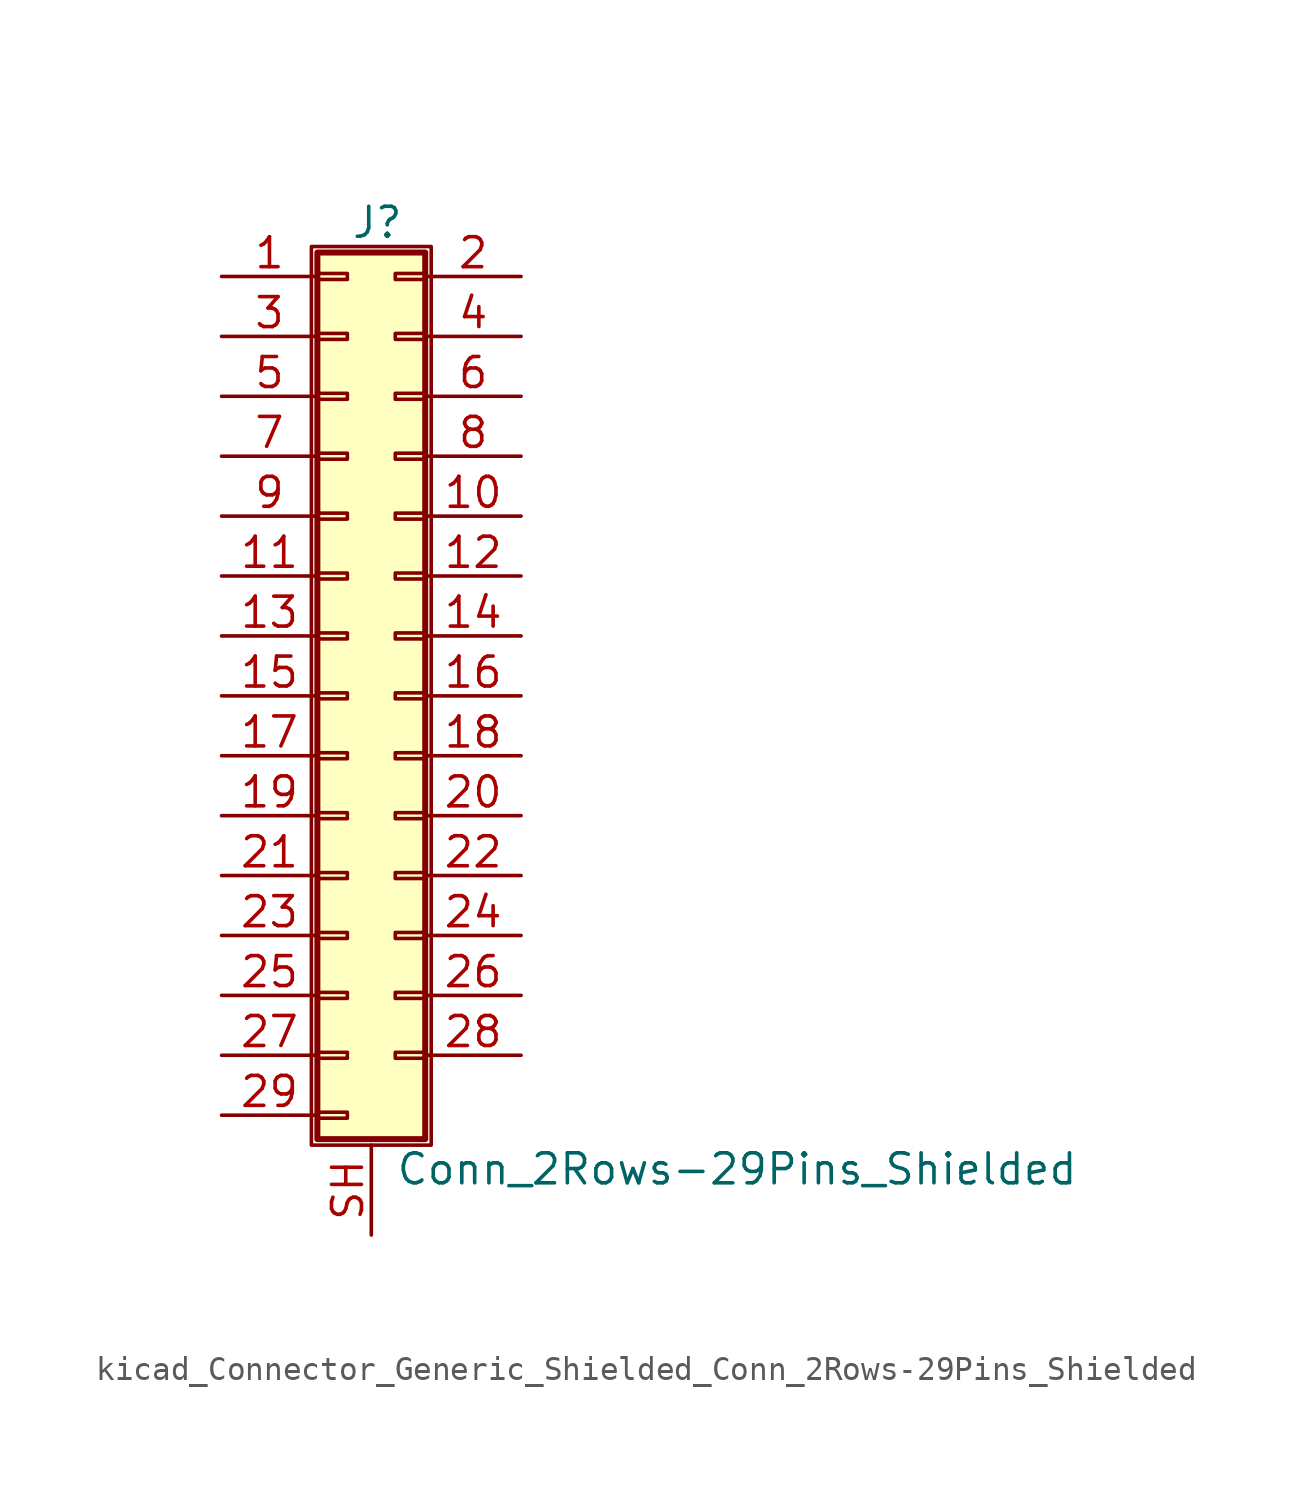
<source format=kicad_sym>
(kicad_symbol_lib
  (version 20220914)
  (generator kicad_symbol_editor)
  (symbol "kicad_Connector_Generic_Shielded_Conn_2Rows-29Pins_Shielded"
    (pin_names
      (offset 1.016) hide)
    (property "Reference" "J"
      (at 1.524 20.066 0)
      (effects (font (size 1.27 1.27))))
    (property "Value" "Conn_2Rows-29Pins_Shielded"
      (at 2.286 -20.066 0)
      (effects (font (size 1.27 1.27)) (justify left)))
    (symbol "kicad_Connector_Generic_Shielded_Conn_2Rows-29Pins_Shielded_1_1"
      (rectangle (start -1.27 19.05) (end 3.81 -19.05) (stroke (width 0.152) (type default)) (fill (type none)))
      (rectangle (start -1.016 -17.653) (end 0.254 -17.907) (stroke (width 0.152) (type default)) (fill (type none)))
      (rectangle (start -1.016 -15.113) (end 0.254 -15.367) (stroke (width 0.152) (type default)) (fill (type none)))
      (rectangle (start -1.016 -12.573) (end 0.254 -12.827) (stroke (width 0.152) (type default)) (fill (type none)))
      (rectangle (start -1.016 -10.033) (end 0.254 -10.287) (stroke (width 0.152) (type default)) (fill (type none)))
      (rectangle (start -1.016 -7.493) (end 0.254 -7.747) (stroke (width 0.152) (type default)) (fill (type none)))
      (rectangle (start -1.016 -4.953) (end 0.254 -5.207) (stroke (width 0.152) (type default)) (fill (type none)))
      (rectangle (start -1.016 -2.413) (end 0.254 -2.667) (stroke (width 0.152) (type default)) (fill (type none)))
      (rectangle (start -1.016 0.127) (end 0.254 -0.127) (stroke (width 0.152) (type default)) (fill (type none)))
      (rectangle (start -1.016 2.667) (end 0.254 2.413) (stroke (width 0.152) (type default)) (fill (type none)))
      (rectangle (start -1.016 5.207) (end 0.254 4.953) (stroke (width 0.152) (type default)) (fill (type none)))
      (rectangle (start -1.016 7.747) (end 0.254 7.493) (stroke (width 0.152) (type default)) (fill (type none)))
      (rectangle (start -1.016 10.287) (end 0.254 10.033) (stroke (width 0.152) (type default)) (fill (type none)))
      (rectangle (start -1.016 12.827) (end 0.254 12.573) (stroke (width 0.152) (type default)) (fill (type none)))
      (rectangle (start -1.016 15.367) (end 0.254 15.113) (stroke (width 0.152) (type default)) (fill (type none)))
      (rectangle (start -1.016 17.907) (end 0.254 17.653) (stroke (width 0.152) (type default)) (fill (type none)))
      (rectangle (start -1.016 18.796) (end 3.556 -18.796) (stroke (width 0.254) (type default)) (fill (type background)))
      (rectangle (start 3.556 -15.113) (end 2.286 -15.367) (stroke (width 0.152) (type default)) (fill (type none)))
      (rectangle (start 3.556 -12.573) (end 2.286 -12.827) (stroke (width 0.152) (type default)) (fill (type none)))
      (rectangle (start 3.556 -10.033) (end 2.286 -10.287) (stroke (width 0.152) (type default)) (fill (type none)))
      (rectangle (start 3.556 -7.493) (end 2.286 -7.747) (stroke (width 0.152) (type default)) (fill (type none)))
      (rectangle (start 3.556 -4.953) (end 2.286 -5.207) (stroke (width 0.152) (type default)) (fill (type none)))
      (rectangle (start 3.556 -2.413) (end 2.286 -2.667) (stroke (width 0.152) (type default)) (fill (type none)))
      (rectangle (start 3.556 0.127) (end 2.286 -0.127) (stroke (width 0.152) (type default)) (fill (type none)))
      (rectangle (start 3.556 2.667) (end 2.286 2.413) (stroke (width 0.152) (type default)) (fill (type none)))
      (rectangle (start 3.556 5.207) (end 2.286 4.953) (stroke (width 0.152) (type default)) (fill (type none)))
      (rectangle (start 3.556 7.747) (end 2.286 7.493) (stroke (width 0.152) (type default)) (fill (type none)))
      (rectangle (start 3.556 10.287) (end 2.286 10.033) (stroke (width 0.152) (type default)) (fill (type none)))
      (rectangle (start 3.556 12.827) (end 2.286 12.573) (stroke (width 0.152) (type default)) (fill (type none)))
      (rectangle (start 3.556 15.367) (end 2.286 15.113) (stroke (width 0.152) (type default)) (fill (type none)))
      (rectangle (start 3.556 17.907) (end 2.286 17.653) (stroke (width 0.152) (type default)) (fill (type none)))
      (pin passive line (at -5.08 17.78 0) (length 4.064) (name "Pin_1" (effects (font (size 1.27 1.27)))) (number "1" (effects (font (size 1.27 1.27)))))
      (pin passive line (at 7.62 7.62 180) (length 4.064) (name "Pin_10" (effects (font (size 1.27 1.27)))) (number "10" (effects (font (size 1.27 1.27)))))
      (pin passive line (at -5.08 5.08 0) (length 4.064) (name "Pin_11" (effects (font (size 1.27 1.27)))) (number "11" (effects (font (size 1.27 1.27)))))
      (pin passive line (at 7.62 5.08 180) (length 4.064) (name "Pin_12" (effects (font (size 1.27 1.27)))) (number "12" (effects (font (size 1.27 1.27)))))
      (pin passive line (at -5.08 2.54 0) (length 4.064) (name "Pin_13" (effects (font (size 1.27 1.27)))) (number "13" (effects (font (size 1.27 1.27)))))
      (pin passive line (at 7.62 2.54 180) (length 4.064) (name "Pin_14" (effects (font (size 1.27 1.27)))) (number "14" (effects (font (size 1.27 1.27)))))
      (pin passive line (at -5.08 0 0) (length 4.064) (name "Pin_15" (effects (font (size 1.27 1.27)))) (number "15" (effects (font (size 1.27 1.27)))))
      (pin passive line (at 7.62 0 180) (length 4.064) (name "Pin_16" (effects (font (size 1.27 1.27)))) (number "16" (effects (font (size 1.27 1.27)))))
      (pin passive line (at -5.08 -2.54 0) (length 4.064) (name "Pin_17" (effects (font (size 1.27 1.27)))) (number "17" (effects (font (size 1.27 1.27)))))
      (pin passive line (at 7.62 -2.54 180) (length 4.064) (name "Pin_18" (effects (font (size 1.27 1.27)))) (number "18" (effects (font (size 1.27 1.27)))))
      (pin passive line (at -5.08 -5.08 0) (length 4.064) (name "Pin_19" (effects (font (size 1.27 1.27)))) (number "19" (effects (font (size 1.27 1.27)))))
      (pin passive line (at 7.62 17.78 180) (length 4.064) (name "Pin_2" (effects (font (size 1.27 1.27)))) (number "2" (effects (font (size 1.27 1.27)))))
      (pin passive line (at 7.62 -5.08 180) (length 4.064) (name "Pin_20" (effects (font (size 1.27 1.27)))) (number "20" (effects (font (size 1.27 1.27)))))
      (pin passive line (at -5.08 -7.62 0) (length 4.064) (name "Pin_21" (effects (font (size 1.27 1.27)))) (number "21" (effects (font (size 1.27 1.27)))))
      (pin passive line (at 7.62 -7.62 180) (length 4.064) (name "Pin_22" (effects (font (size 1.27 1.27)))) (number "22" (effects (font (size 1.27 1.27)))))
      (pin passive line (at -5.08 -10.16 0) (length 4.064) (name "Pin_23" (effects (font (size 1.27 1.27)))) (number "23" (effects (font (size 1.27 1.27)))))
      (pin passive line (at 7.62 -10.16 180) (length 4.064) (name "Pin_24" (effects (font (size 1.27 1.27)))) (number "24" (effects (font (size 1.27 1.27)))))
      (pin passive line (at -5.08 -12.7 0) (length 4.064) (name "Pin_25" (effects (font (size 1.27 1.27)))) (number "25" (effects (font (size 1.27 1.27)))))
      (pin passive line (at 7.62 -12.7 180) (length 4.064) (name "Pin_26" (effects (font (size 1.27 1.27)))) (number "26" (effects (font (size 1.27 1.27)))))
      (pin passive line (at -5.08 -15.24 0) (length 4.064) (name "Pin_27" (effects (font (size 1.27 1.27)))) (number "27" (effects (font (size 1.27 1.27)))))
      (pin passive line (at 7.62 -15.24 180) (length 4.064) (name "Pin_28" (effects (font (size 1.27 1.27)))) (number "28" (effects (font (size 1.27 1.27)))))
      (pin passive line (at -5.08 -17.78 0) (length 4.064) (name "Pin_29" (effects (font (size 1.27 1.27)))) (number "29" (effects (font (size 1.27 1.27)))))
      (pin passive line (at -5.08 15.24 0) (length 4.064) (name "Pin_3" (effects (font (size 1.27 1.27)))) (number "3" (effects (font (size 1.27 1.27)))))
      (pin passive line (at 7.62 15.24 180) (length 4.064) (name "Pin_4" (effects (font (size 1.27 1.27)))) (number "4" (effects (font (size 1.27 1.27)))))
      (pin passive line (at -5.08 12.7 0) (length 4.064) (name "Pin_5" (effects (font (size 1.27 1.27)))) (number "5" (effects (font (size 1.27 1.27)))))
      (pin passive line (at 7.62 12.7 180) (length 4.064) (name "Pin_6" (effects (font (size 1.27 1.27)))) (number "6" (effects (font (size 1.27 1.27)))))
      (pin passive line (at -5.08 10.16 0) (length 4.064) (name "Pin_7" (effects (font (size 1.27 1.27)))) (number "7" (effects (font (size 1.27 1.27)))))
      (pin passive line (at 7.62 10.16 180) (length 4.064) (name "Pin_8" (effects (font (size 1.27 1.27)))) (number "8" (effects (font (size 1.27 1.27)))))
      (pin passive line (at -5.08 7.62 0) (length 4.064) (name "Pin_9" (effects (font (size 1.27 1.27)))) (number "9" (effects (font (size 1.27 1.27)))))
      (pin passive line (at 1.27 -22.86 90) (length 3.81) (name "Shield" (effects (font (size 1.27 1.27)))) (number "SH" (effects (font (size 1.27 1.27))))))))
</source>
